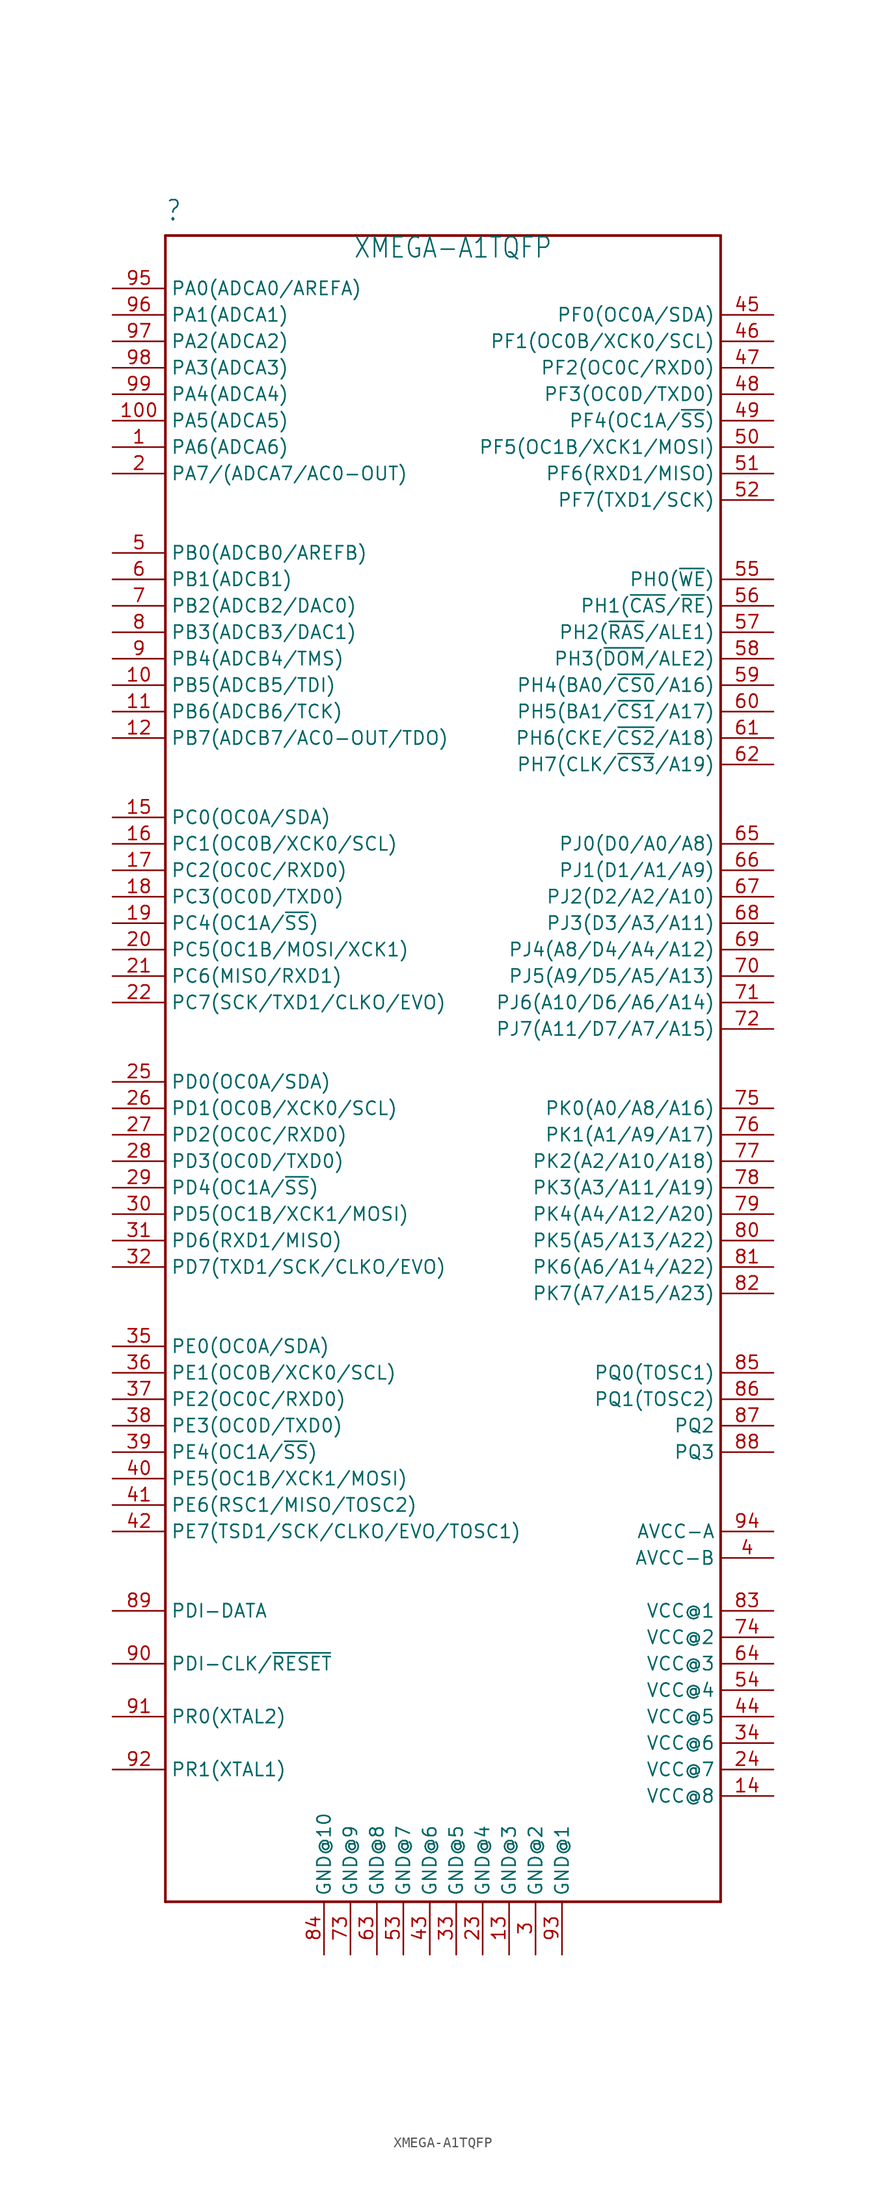
<source format=kicad_sym>
(kicad_symbol_lib
  (version 20211014)
  (generator kicad_symbol_editor)
  (symbol "XMEGA-A1TQFP"
    (property "Reference" ""
      (at -25.4 115.57 0)
      (effects (font (size 1.93 1.641)) (justify left bottom)))
    (property "Value" "XMEGA-A1TQFP"
      (at -7.366 112.014 0)
      (effects (font (size 1.93 1.641)) (justify left bottom)))
    (property "ki_locked" ""
      (at 0 0 0)
      (effects (font (size 1.27 1.27))))
    (symbol "XMEGA-A1TQFP_1_0"
      (polyline (pts (xy -25.4 -45.72) (xy -25.4 114.3)) (stroke (width 0.254) (type default) (color 0 0 0 0)) (fill (type none)))
      (polyline (pts (xy -25.4 114.3) (xy 27.94 114.3)) (stroke (width 0.254) (type default) (color 0 0 0 0)) (fill (type none)))
      (polyline (pts (xy 27.94 -45.72) (xy -25.4 -45.72)) (stroke (width 0.254) (type default) (color 0 0 0 0)) (fill (type none)))
      (polyline (pts (xy 27.94 114.3) (xy 27.94 -45.72)) (stroke (width 0.254) (type default) (color 0 0 0 0)) (fill (type none)))
      (pin bidirectional line (at -30.48 93.98 0) (length 5.08) (name "PA6(ADCA6)" (effects (font (size 1.27 1.27)))) (number "1" (effects (font (size 1.27 1.27)))))
      (pin bidirectional line (at -30.48 71.12 0) (length 5.08) (name "PB5(ADCB5/TDI)" (effects (font (size 1.27 1.27)))) (number "10" (effects (font (size 1.27 1.27)))))
      (pin bidirectional line (at -30.48 96.52 0) (length 5.08) (name "PA5(ADCA5)" (effects (font (size 1.27 1.27)))) (number "100" (effects (font (size 1.27 1.27)))))
      (pin bidirectional line (at -30.48 68.58 0) (length 5.08) (name "PB6(ADCB6/TCK)" (effects (font (size 1.27 1.27)))) (number "11" (effects (font (size 1.27 1.27)))))
      (pin bidirectional line (at -30.48 66.04 0) (length 5.08) (name "PB7(ADCB7/AC0-OUT/TDO)" (effects (font (size 1.27 1.27)))) (number "12" (effects (font (size 1.27 1.27)))))
      (pin power_in line (at 7.62 -50.8 90) (length 5.08) (name "GND@3" (effects (font (size 1.27 1.27)))) (number "13" (effects (font (size 1.27 1.27)))))
      (pin power_in line (at 33.02 -35.56 180) (length 5.08) (name "VCC@8" (effects (font (size 1.27 1.27)))) (number "14" (effects (font (size 1.27 1.27)))))
      (pin bidirectional line (at -30.48 58.42 0) (length 5.08) (name "PC0(OC0A/SDA)" (effects (font (size 1.27 1.27)))) (number "15" (effects (font (size 1.27 1.27)))))
      (pin bidirectional line (at -30.48 55.88 0) (length 5.08) (name "PC1(OC0B/XCK0/SCL)" (effects (font (size 1.27 1.27)))) (number "16" (effects (font (size 1.27 1.27)))))
      (pin bidirectional line (at -30.48 53.34 0) (length 5.08) (name "PC2(OC0C/RXD0)" (effects (font (size 1.27 1.27)))) (number "17" (effects (font (size 1.27 1.27)))))
      (pin bidirectional line (at -30.48 50.8 0) (length 5.08) (name "PC3(OC0D/TXD0)" (effects (font (size 1.27 1.27)))) (number "18" (effects (font (size 1.27 1.27)))))
      (pin bidirectional line (at -30.48 48.26 0) (length 5.08) (name "PC4(OC1A/~{SS})" (effects (font (size 1.27 1.27)))) (number "19" (effects (font (size 1.27 1.27)))))
      (pin bidirectional line (at -30.48 91.44 0) (length 5.08) (name "PA7/(ADCA7/AC0-OUT)" (effects (font (size 1.27 1.27)))) (number "2" (effects (font (size 1.27 1.27)))))
      (pin bidirectional line (at -30.48 45.72 0) (length 5.08) (name "PC5(OC1B/MOSI/XCK1)" (effects (font (size 1.27 1.27)))) (number "20" (effects (font (size 1.27 1.27)))))
      (pin bidirectional line (at -30.48 43.18 0) (length 5.08) (name "PC6(MISO/RXD1)" (effects (font (size 1.27 1.27)))) (number "21" (effects (font (size 1.27 1.27)))))
      (pin bidirectional line (at -30.48 40.64 0) (length 5.08) (name "PC7(SCK/TXD1/CLKO/EVO)" (effects (font (size 1.27 1.27)))) (number "22" (effects (font (size 1.27 1.27)))))
      (pin power_in line (at 5.08 -50.8 90) (length 5.08) (name "GND@4" (effects (font (size 1.27 1.27)))) (number "23" (effects (font (size 1.27 1.27)))))
      (pin power_in line (at 33.02 -33.02 180) (length 5.08) (name "VCC@7" (effects (font (size 1.27 1.27)))) (number "24" (effects (font (size 1.27 1.27)))))
      (pin bidirectional line (at -30.48 33.02 0) (length 5.08) (name "PD0(OC0A/SDA)" (effects (font (size 1.27 1.27)))) (number "25" (effects (font (size 1.27 1.27)))))
      (pin bidirectional line (at -30.48 30.48 0) (length 5.08) (name "PD1(OC0B/XCK0/SCL)" (effects (font (size 1.27 1.27)))) (number "26" (effects (font (size 1.27 1.27)))))
      (pin bidirectional line (at -30.48 27.94 0) (length 5.08) (name "PD2(OC0C/RXD0)" (effects (font (size 1.27 1.27)))) (number "27" (effects (font (size 1.27 1.27)))))
      (pin bidirectional line (at -30.48 25.4 0) (length 5.08) (name "PD3(OC0D/TXD0)" (effects (font (size 1.27 1.27)))) (number "28" (effects (font (size 1.27 1.27)))))
      (pin bidirectional line (at -30.48 22.86 0) (length 5.08) (name "PD4(OC1A/~{SS})" (effects (font (size 1.27 1.27)))) (number "29" (effects (font (size 1.27 1.27)))))
      (pin power_in line (at 10.16 -50.8 90) (length 5.08) (name "GND@2" (effects (font (size 1.27 1.27)))) (number "3" (effects (font (size 1.27 1.27)))))
      (pin bidirectional line (at -30.48 20.32 0) (length 5.08) (name "PD5(OC1B/XCK1/MOSI)" (effects (font (size 1.27 1.27)))) (number "30" (effects (font (size 1.27 1.27)))))
      (pin bidirectional line (at -30.48 17.78 0) (length 5.08) (name "PD6(RXD1/MISO)" (effects (font (size 1.27 1.27)))) (number "31" (effects (font (size 1.27 1.27)))))
      (pin bidirectional line (at -30.48 15.24 0) (length 5.08) (name "PD7(TXD1/SCK/CLKO/EVO)" (effects (font (size 1.27 1.27)))) (number "32" (effects (font (size 1.27 1.27)))))
      (pin power_in line (at 2.54 -50.8 90) (length 5.08) (name "GND@5" (effects (font (size 1.27 1.27)))) (number "33" (effects (font (size 1.27 1.27)))))
      (pin power_in line (at 33.02 -30.48 180) (length 5.08) (name "VCC@6" (effects (font (size 1.27 1.27)))) (number "34" (effects (font (size 1.27 1.27)))))
      (pin bidirectional line (at -30.48 7.62 0) (length 5.08) (name "PE0(OC0A/SDA)" (effects (font (size 1.27 1.27)))) (number "35" (effects (font (size 1.27 1.27)))))
      (pin bidirectional line (at -30.48 5.08 0) (length 5.08) (name "PE1(OC0B/XCK0/SCL)" (effects (font (size 1.27 1.27)))) (number "36" (effects (font (size 1.27 1.27)))))
      (pin bidirectional line (at -30.48 2.54 0) (length 5.08) (name "PE2(OC0C/RXD0)" (effects (font (size 1.27 1.27)))) (number "37" (effects (font (size 1.27 1.27)))))
      (pin bidirectional line (at -30.48 0 0) (length 5.08) (name "PE3(OC0D/TXD0)" (effects (font (size 1.27 1.27)))) (number "38" (effects (font (size 1.27 1.27)))))
      (pin bidirectional line (at -30.48 -2.54 0) (length 5.08) (name "PE4(OC1A/~{SS})" (effects (font (size 1.27 1.27)))) (number "39" (effects (font (size 1.27 1.27)))))
      (pin power_in line (at 33.02 -12.7 180) (length 5.08) (name "AVCC-B" (effects (font (size 1.27 1.27)))) (number "4" (effects (font (size 1.27 1.27)))))
      (pin bidirectional line (at -30.48 -5.08 0) (length 5.08) (name "PE5(OC1B/XCK1/MOSI)" (effects (font (size 1.27 1.27)))) (number "40" (effects (font (size 1.27 1.27)))))
      (pin bidirectional line (at -30.48 -7.62 0) (length 5.08) (name "PE6(RSC1/MISO/TOSC2)" (effects (font (size 1.27 1.27)))) (number "41" (effects (font (size 1.27 1.27)))))
      (pin bidirectional line (at -30.48 -10.16 0) (length 5.08) (name "PE7(TSD1/SCK/CLKO/EVO/TOSC1)" (effects (font (size 1.27 1.27)))) (number "42" (effects (font (size 1.27 1.27)))))
      (pin power_in line (at 0 -50.8 90) (length 5.08) (name "GND@6" (effects (font (size 1.27 1.27)))) (number "43" (effects (font (size 1.27 1.27)))))
      (pin power_in line (at 33.02 -27.94 180) (length 5.08) (name "VCC@5" (effects (font (size 1.27 1.27)))) (number "44" (effects (font (size 1.27 1.27)))))
      (pin bidirectional line (at 33.02 106.68 180) (length 5.08) (name "PF0(OC0A/SDA)" (effects (font (size 1.27 1.27)))) (number "45" (effects (font (size 1.27 1.27)))))
      (pin bidirectional line (at 33.02 104.14 180) (length 5.08) (name "PF1(OC0B/XCK0/SCL)" (effects (font (size 1.27 1.27)))) (number "46" (effects (font (size 1.27 1.27)))))
      (pin bidirectional line (at 33.02 101.6 180) (length 5.08) (name "PF2(OC0C/RXD0)" (effects (font (size 1.27 1.27)))) (number "47" (effects (font (size 1.27 1.27)))))
      (pin bidirectional line (at 33.02 99.06 180) (length 5.08) (name "PF3(OC0D/TXD0)" (effects (font (size 1.27 1.27)))) (number "48" (effects (font (size 1.27 1.27)))))
      (pin bidirectional line (at 33.02 96.52 180) (length 5.08) (name "PF4(OC1A/~{SS})" (effects (font (size 1.27 1.27)))) (number "49" (effects (font (size 1.27 1.27)))))
      (pin bidirectional line (at -30.48 83.82 0) (length 5.08) (name "PB0(ADCB0/AREFB)" (effects (font (size 1.27 1.27)))) (number "5" (effects (font (size 1.27 1.27)))))
      (pin bidirectional line (at 33.02 93.98 180) (length 5.08) (name "PF5(OC1B/XCK1/MOSI)" (effects (font (size 1.27 1.27)))) (number "50" (effects (font (size 1.27 1.27)))))
      (pin bidirectional line (at 33.02 91.44 180) (length 5.08) (name "PF6(RXD1/MISO)" (effects (font (size 1.27 1.27)))) (number "51" (effects (font (size 1.27 1.27)))))
      (pin bidirectional line (at 33.02 88.9 180) (length 5.08) (name "PF7(TXD1/SCK)" (effects (font (size 1.27 1.27)))) (number "52" (effects (font (size 1.27 1.27)))))
      (pin power_in line (at -2.54 -50.8 90) (length 5.08) (name "GND@7" (effects (font (size 1.27 1.27)))) (number "53" (effects (font (size 1.27 1.27)))))
      (pin power_in line (at 33.02 -25.4 180) (length 5.08) (name "VCC@4" (effects (font (size 1.27 1.27)))) (number "54" (effects (font (size 1.27 1.27)))))
      (pin bidirectional line (at 33.02 81.28 180) (length 5.08) (name "PH0(~{WE})" (effects (font (size 1.27 1.27)))) (number "55" (effects (font (size 1.27 1.27)))))
      (pin bidirectional line (at 33.02 78.74 180) (length 5.08) (name "PH1(~{CAS}/~{RE})" (effects (font (size 1.27 1.27)))) (number "56" (effects (font (size 1.27 1.27)))))
      (pin bidirectional line (at 33.02 76.2 180) (length 5.08) (name "PH2(~{RAS}/ALE1)" (effects (font (size 1.27 1.27)))) (number "57" (effects (font (size 1.27 1.27)))))
      (pin bidirectional line (at 33.02 73.66 180) (length 5.08) (name "PH3(~{DOM}/ALE2)" (effects (font (size 1.27 1.27)))) (number "58" (effects (font (size 1.27 1.27)))))
      (pin bidirectional line (at 33.02 71.12 180) (length 5.08) (name "PH4(BA0/~{CS0}/A16)" (effects (font (size 1.27 1.27)))) (number "59" (effects (font (size 1.27 1.27)))))
      (pin bidirectional line (at -30.48 81.28 0) (length 5.08) (name "PB1(ADCB1)" (effects (font (size 1.27 1.27)))) (number "6" (effects (font (size 1.27 1.27)))))
      (pin bidirectional line (at 33.02 68.58 180) (length 5.08) (name "PH5(BA1/~{CS1}/A17)" (effects (font (size 1.27 1.27)))) (number "60" (effects (font (size 1.27 1.27)))))
      (pin bidirectional line (at 33.02 66.04 180) (length 5.08) (name "PH6(CKE/~{CS2}/A18)" (effects (font (size 1.27 1.27)))) (number "61" (effects (font (size 1.27 1.27)))))
      (pin bidirectional line (at 33.02 63.5 180) (length 5.08) (name "PH7(CLK/~{CS3}/A19)" (effects (font (size 1.27 1.27)))) (number "62" (effects (font (size 1.27 1.27)))))
      (pin power_in line (at -5.08 -50.8 90) (length 5.08) (name "GND@8" (effects (font (size 1.27 1.27)))) (number "63" (effects (font (size 1.27 1.27)))))
      (pin power_in line (at 33.02 -22.86 180) (length 5.08) (name "VCC@3" (effects (font (size 1.27 1.27)))) (number "64" (effects (font (size 1.27 1.27)))))
      (pin bidirectional line (at 33.02 55.88 180) (length 5.08) (name "PJ0(D0/A0/A8)" (effects (font (size 1.27 1.27)))) (number "65" (effects (font (size 1.27 1.27)))))
      (pin bidirectional line (at 33.02 53.34 180) (length 5.08) (name "PJ1(D1/A1/A9)" (effects (font (size 1.27 1.27)))) (number "66" (effects (font (size 1.27 1.27)))))
      (pin bidirectional line (at 33.02 50.8 180) (length 5.08) (name "PJ2(D2/A2/A10)" (effects (font (size 1.27 1.27)))) (number "67" (effects (font (size 1.27 1.27)))))
      (pin bidirectional line (at 33.02 48.26 180) (length 5.08) (name "PJ3(D3/A3/A11)" (effects (font (size 1.27 1.27)))) (number "68" (effects (font (size 1.27 1.27)))))
      (pin bidirectional line (at 33.02 45.72 180) (length 5.08) (name "PJ4(A8/D4/A4/A12)" (effects (font (size 1.27 1.27)))) (number "69" (effects (font (size 1.27 1.27)))))
      (pin bidirectional line (at -30.48 78.74 0) (length 5.08) (name "PB2(ADCB2/DAC0)" (effects (font (size 1.27 1.27)))) (number "7" (effects (font (size 1.27 1.27)))))
      (pin bidirectional line (at 33.02 43.18 180) (length 5.08) (name "PJ5(A9/D5/A5/A13)" (effects (font (size 1.27 1.27)))) (number "70" (effects (font (size 1.27 1.27)))))
      (pin bidirectional line (at 33.02 40.64 180) (length 5.08) (name "PJ6(A10/D6/A6/A14)" (effects (font (size 1.27 1.27)))) (number "71" (effects (font (size 1.27 1.27)))))
      (pin bidirectional line (at 33.02 38.1 180) (length 5.08) (name "PJ7(A11/D7/A7/A15)" (effects (font (size 1.27 1.27)))) (number "72" (effects (font (size 1.27 1.27)))))
      (pin power_in line (at -7.62 -50.8 90) (length 5.08) (name "GND@9" (effects (font (size 1.27 1.27)))) (number "73" (effects (font (size 1.27 1.27)))))
      (pin power_in line (at 33.02 -20.32 180) (length 5.08) (name "VCC@2" (effects (font (size 1.27 1.27)))) (number "74" (effects (font (size 1.27 1.27)))))
      (pin bidirectional line (at 33.02 30.48 180) (length 5.08) (name "PK0(A0/A8/A16)" (effects (font (size 1.27 1.27)))) (number "75" (effects (font (size 1.27 1.27)))))
      (pin bidirectional line (at 33.02 27.94 180) (length 5.08) (name "PK1(A1/A9/A17)" (effects (font (size 1.27 1.27)))) (number "76" (effects (font (size 1.27 1.27)))))
      (pin bidirectional line (at 33.02 25.4 180) (length 5.08) (name "PK2(A2/A10/A18)" (effects (font (size 1.27 1.27)))) (number "77" (effects (font (size 1.27 1.27)))))
      (pin bidirectional line (at 33.02 22.86 180) (length 5.08) (name "PK3(A3/A11/A19)" (effects (font (size 1.27 1.27)))) (number "78" (effects (font (size 1.27 1.27)))))
      (pin bidirectional line (at 33.02 20.32 180) (length 5.08) (name "PK4(A4/A12/A20)" (effects (font (size 1.27 1.27)))) (number "79" (effects (font (size 1.27 1.27)))))
      (pin bidirectional line (at -30.48 76.2 0) (length 5.08) (name "PB3(ADCB3/DAC1)" (effects (font (size 1.27 1.27)))) (number "8" (effects (font (size 1.27 1.27)))))
      (pin bidirectional line (at 33.02 17.78 180) (length 5.08) (name "PK5(A5/A13/A22)" (effects (font (size 1.27 1.27)))) (number "80" (effects (font (size 1.27 1.27)))))
      (pin bidirectional line (at 33.02 15.24 180) (length 5.08) (name "PK6(A6/A14/A22)" (effects (font (size 1.27 1.27)))) (number "81" (effects (font (size 1.27 1.27)))))
      (pin bidirectional line (at 33.02 12.7 180) (length 5.08) (name "PK7(A7/A15/A23)" (effects (font (size 1.27 1.27)))) (number "82" (effects (font (size 1.27 1.27)))))
      (pin power_in line (at 33.02 -17.78 180) (length 5.08) (name "VCC@1" (effects (font (size 1.27 1.27)))) (number "83" (effects (font (size 1.27 1.27)))))
      (pin power_in line (at -10.16 -50.8 90) (length 5.08) (name "GND@10" (effects (font (size 1.27 1.27)))) (number "84" (effects (font (size 1.27 1.27)))))
      (pin bidirectional line (at 33.02 5.08 180) (length 5.08) (name "PQ0(TOSC1)" (effects (font (size 1.27 1.27)))) (number "85" (effects (font (size 1.27 1.27)))))
      (pin bidirectional line (at 33.02 2.54 180) (length 5.08) (name "PQ1(TOSC2)" (effects (font (size 1.27 1.27)))) (number "86" (effects (font (size 1.27 1.27)))))
      (pin bidirectional line (at 33.02 0 180) (length 5.08) (name "PQ2" (effects (font (size 1.27 1.27)))) (number "87" (effects (font (size 1.27 1.27)))))
      (pin bidirectional line (at 33.02 -2.54 180) (length 5.08) (name "PQ3" (effects (font (size 1.27 1.27)))) (number "88" (effects (font (size 1.27 1.27)))))
      (pin bidirectional line (at -30.48 -17.78 0) (length 5.08) (name "PDI-DATA" (effects (font (size 1.27 1.27)))) (number "89" (effects (font (size 1.27 1.27)))))
      (pin bidirectional line (at -30.48 73.66 0) (length 5.08) (name "PB4(ADCB4/TMS)" (effects (font (size 1.27 1.27)))) (number "9" (effects (font (size 1.27 1.27)))))
      (pin input line (at -30.48 -22.86 0) (length 5.08) (name "PDI-CLK/~{RESET}" (effects (font (size 1.27 1.27)))) (number "90" (effects (font (size 1.27 1.27)))))
      (pin bidirectional line (at -30.48 -27.94 0) (length 5.08) (name "PR0(XTAL2)" (effects (font (size 1.27 1.27)))) (number "91" (effects (font (size 1.27 1.27)))))
      (pin bidirectional line (at -30.48 -33.02 0) (length 5.08) (name "PR1(XTAL1)" (effects (font (size 1.27 1.27)))) (number "92" (effects (font (size 1.27 1.27)))))
      (pin power_in line (at 12.7 -50.8 90) (length 5.08) (name "GND@1" (effects (font (size 1.27 1.27)))) (number "93" (effects (font (size 1.27 1.27)))))
      (pin power_in line (at 33.02 -10.16 180) (length 5.08) (name "AVCC-A" (effects (font (size 1.27 1.27)))) (number "94" (effects (font (size 1.27 1.27)))))
      (pin bidirectional line (at -30.48 109.22 0) (length 5.08) (name "PA0(ADCA0/AREFA)" (effects (font (size 1.27 1.27)))) (number "95" (effects (font (size 1.27 1.27)))))
      (pin bidirectional line (at -30.48 106.68 0) (length 5.08) (name "PA1(ADCA1)" (effects (font (size 1.27 1.27)))) (number "96" (effects (font (size 1.27 1.27)))))
      (pin bidirectional line (at -30.48 104.14 0) (length 5.08) (name "PA2(ADCA2)" (effects (font (size 1.27 1.27)))) (number "97" (effects (font (size 1.27 1.27)))))
      (pin bidirectional line (at -30.48 101.6 0) (length 5.08) (name "PA3(ADCA3)" (effects (font (size 1.27 1.27)))) (number "98" (effects (font (size 1.27 1.27)))))
      (pin bidirectional line (at -30.48 99.06 0) (length 5.08) (name "PA4(ADCA4)" (effects (font (size 1.27 1.27)))) (number "99" (effects (font (size 1.27 1.27))))))))
</source>
